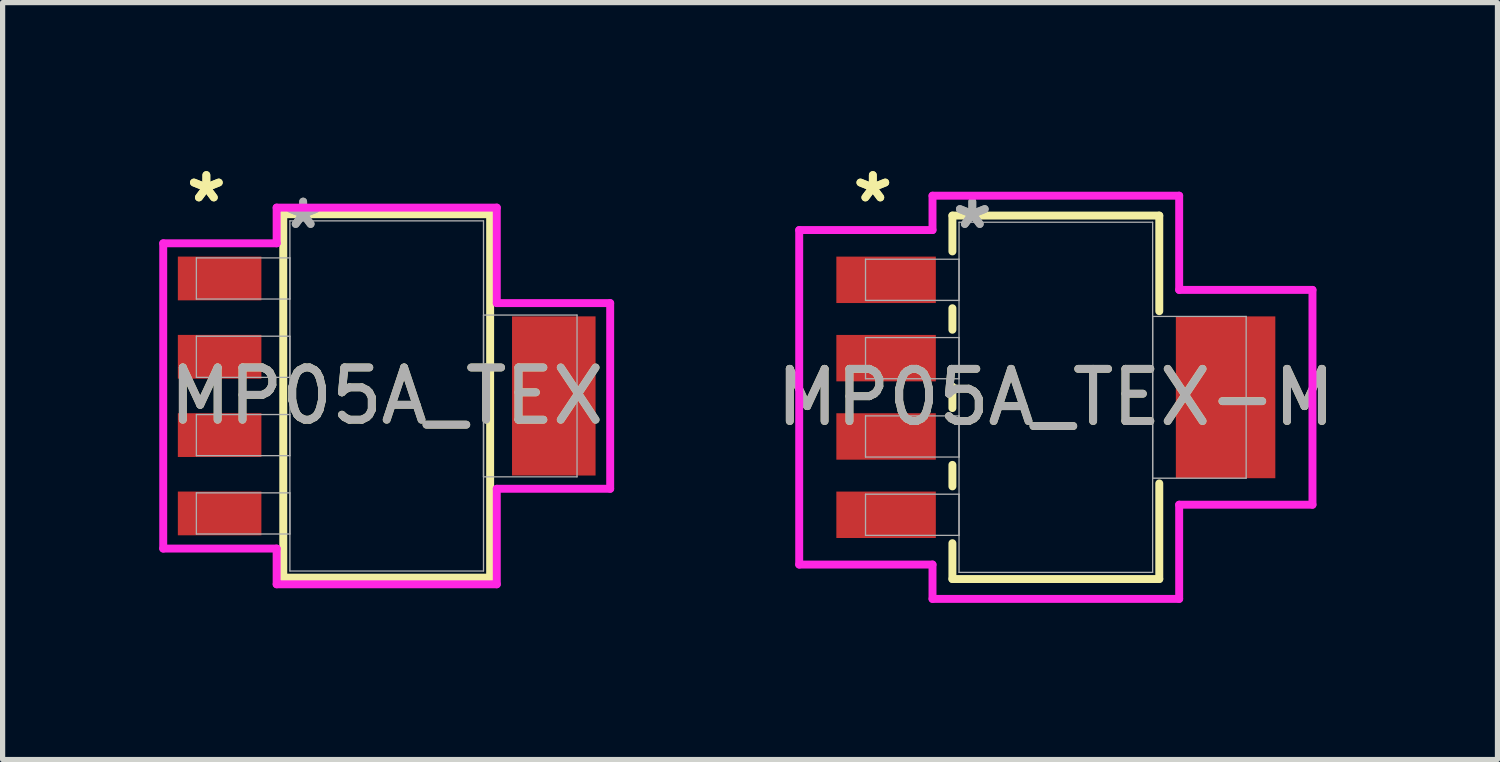
<source format=kicad_pcb>
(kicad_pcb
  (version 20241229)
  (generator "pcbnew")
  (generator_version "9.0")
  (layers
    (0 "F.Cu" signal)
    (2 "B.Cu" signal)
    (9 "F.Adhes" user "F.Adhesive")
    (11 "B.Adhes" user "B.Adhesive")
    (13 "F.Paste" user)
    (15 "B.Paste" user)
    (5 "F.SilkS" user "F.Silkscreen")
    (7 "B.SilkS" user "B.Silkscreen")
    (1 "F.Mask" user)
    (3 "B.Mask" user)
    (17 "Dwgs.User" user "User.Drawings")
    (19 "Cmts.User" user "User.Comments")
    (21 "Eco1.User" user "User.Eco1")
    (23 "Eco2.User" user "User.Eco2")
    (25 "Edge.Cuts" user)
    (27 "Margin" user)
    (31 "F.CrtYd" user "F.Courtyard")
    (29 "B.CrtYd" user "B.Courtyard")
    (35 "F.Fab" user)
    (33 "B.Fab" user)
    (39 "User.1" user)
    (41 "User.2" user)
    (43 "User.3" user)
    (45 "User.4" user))
  (footprint "MP05A_TEX-M"
    (layer "F.Cu")
    (at 17.171 4.559)
    (property "Reference" "MP05A_TEX-M" (at 0 0 0) (unlocked yes) (layer "F.SilkS") (effects (font (size 1 1) (thickness 0.15))))
    (attr smd)
    (fp_line (start -1.981 -3.48) (end -1.981 -2.794) (stroke (width 0.152) (type solid)) (layer "F.SilkS"))
    (fp_line (start -1.981 -1.706) (end -1.981 -1.294) (stroke (width 0.152) (type solid)) (layer "F.SilkS"))
    (fp_line (start -1.981 -0.206) (end -1.981 0.206) (stroke (width 0.152) (type solid)) (layer "F.SilkS"))
    (fp_line (start -1.981 1.294) (end -1.981 1.706) (stroke (width 0.152) (type solid)) (layer "F.SilkS"))
    (fp_line (start -1.981 2.794) (end -1.981 3.48) (stroke (width 0.152) (type solid)) (layer "F.SilkS"))
    (fp_line (start -1.981 3.48) (end 1.981 3.48) (stroke (width 0.152) (type solid)) (layer "F.SilkS"))
    (fp_line (start 1.981 -3.48) (end -1.981 -3.48) (stroke (width 0.152) (type solid)) (layer "F.SilkS"))
    (fp_line (start 1.981 -1.649) (end 1.981 -3.48) (stroke (width 0.152) (type solid)) (layer "F.SilkS"))
    (fp_line (start 1.981 3.48) (end 1.981 1.649) (stroke (width 0.152) (type solid)) (layer "F.SilkS"))
    (fp_line (start -4.915 -3.203) (end -2.362 -3.203) (stroke (width 0.152) (type solid)) (layer "F.CrtYd"))
    (fp_line (start -4.915 3.203) (end -4.915 -3.203) (stroke (width 0.152) (type solid)) (layer "F.CrtYd"))
    (fp_line (start -2.362 -3.861) (end 2.362 -3.861) (stroke (width 0.152) (type solid)) (layer "F.CrtYd"))
    (fp_line (start -2.362 -3.203) (end -2.362 -3.861) (stroke (width 0.152) (type solid)) (layer "F.CrtYd"))
    (fp_line (start -2.362 3.203) (end -4.915 3.203) (stroke (width 0.152) (type solid)) (layer "F.CrtYd"))
    (fp_line (start -2.362 3.861) (end -2.362 3.203) (stroke (width 0.152) (type solid)) (layer "F.CrtYd"))
    (fp_line (start 2.362 -3.861) (end 2.362 -2.057) (stroke (width 0.152) (type solid)) (layer "F.CrtYd"))
    (fp_line (start 2.362 -2.057) (end 4.915 -2.057) (stroke (width 0.152) (type solid)) (layer "F.CrtYd"))
    (fp_line (start 2.362 2.057) (end 2.362 3.861) (stroke (width 0.152) (type solid)) (layer "F.CrtYd"))
    (fp_line (start 2.362 3.861) (end -2.362 3.861) (stroke (width 0.152) (type solid)) (layer "F.CrtYd"))
    (fp_line (start 4.915 -2.057) (end 4.915 2.057) (stroke (width 0.152) (type solid)) (layer "F.CrtYd"))
    (fp_line (start 4.915 2.057) (end 2.362 2.057) (stroke (width 0.152) (type solid)) (layer "F.CrtYd"))
    (fp_line (start -3.645 -2.644) (end -3.645 -1.856) (stroke (width 0.025) (type solid)) (layer "F.Fab"))
    (fp_line (start -3.645 -1.856) (end -1.854 -1.856) (stroke (width 0.025) (type solid)) (layer "F.Fab"))
    (fp_line (start -3.645 -1.144) (end -3.645 -0.356) (stroke (width 0.025) (type solid)) (layer "F.Fab"))
    (fp_line (start -3.645 -0.356) (end -1.854 -0.356) (stroke (width 0.025) (type solid)) (layer "F.Fab"))
    (fp_line (start -3.645 0.356) (end -3.645 1.144) (stroke (width 0.025) (type solid)) (layer "F.Fab"))
    (fp_line (start -3.645 1.144) (end -1.854 1.144) (stroke (width 0.025) (type solid)) (layer "F.Fab"))
    (fp_line (start -3.645 1.856) (end -3.645 2.644) (stroke (width 0.025) (type solid)) (layer "F.Fab"))
    (fp_line (start -3.645 2.644) (end -1.854 2.644) (stroke (width 0.025) (type solid)) (layer "F.Fab"))
    (fp_line (start -1.854 -3.353) (end -1.854 3.353) (stroke (width 0.025) (type solid)) (layer "F.Fab"))
    (fp_line (start -1.854 -2.644) (end -3.645 -2.644) (stroke (width 0.025) (type solid)) (layer "F.Fab"))
    (fp_line (start -1.854 -1.856) (end -1.854 -2.644) (stroke (width 0.025) (type solid)) (layer "F.Fab"))
    (fp_line (start -1.854 -1.144) (end -3.645 -1.144) (stroke (width 0.025) (type solid)) (layer "F.Fab"))
    (fp_line (start -1.854 -0.356) (end -1.854 -1.144) (stroke (width 0.025) (type solid)) (layer "F.Fab"))
    (fp_line (start -1.854 0.356) (end -3.645 0.356) (stroke (width 0.025) (type solid)) (layer "F.Fab"))
    (fp_line (start -1.854 1.144) (end -1.854 0.356) (stroke (width 0.025) (type solid)) (layer "F.Fab"))
    (fp_line (start -1.854 1.856) (end -3.645 1.856) (stroke (width 0.025) (type solid)) (layer "F.Fab"))
    (fp_line (start -1.854 2.644) (end -1.854 1.856) (stroke (width 0.025) (type solid)) (layer "F.Fab"))
    (fp_line (start -1.854 3.353) (end 1.854 3.353) (stroke (width 0.025) (type solid)) (layer "F.Fab"))
    (fp_line (start 1.854 -3.353) (end -1.854 -3.353) (stroke (width 0.025) (type solid)) (layer "F.Fab"))
    (fp_line (start 1.854 -1.549) (end 1.854 1.549) (stroke (width 0.025) (type solid)) (layer "F.Fab"))
    (fp_line (start 1.854 1.549) (end 3.645 1.549) (stroke (width 0.025) (type solid)) (layer "F.Fab"))
    (fp_line (start 1.854 3.353) (end 1.854 -3.353) (stroke (width 0.025) (type solid)) (layer "F.Fab"))
    (fp_line (start 3.645 -1.549) (end 1.854 -1.549) (stroke (width 0.025) (type solid)) (layer "F.Fab"))
    (fp_line (start 3.645 1.549) (end 3.645 -1.549) (stroke (width 0.025) (type solid)) (layer "F.Fab"))
    (fp_text user "*" (at -3.505 -3.711 0) (unlocked yes) (layer "F.SilkS") (effects (font (size 1 1) (thickness 0.15))))
    (fp_text user "*" (at -3.505 -3.711 0) (layer "F.SilkS") (effects (font (size 1 1) (thickness 0.15))))
    (fp_text user "*" (at -1.6 -3.203 0) (layer "F.Fab") (effects (font (size 1 1) (thickness 0.15))))
    (fp_text user "${REFERENCE}" (at 0 0 0) (unlocked yes) (layer "F.Fab") (effects (font (size 1 1) (thickness 0.15))))
    (fp_text user "*" (at -1.6 -3.203 0) (unlocked yes) (layer "F.Fab") (effects (font (size 1 1) (thickness 0.15))))
    (pad "1" smd rect (at -3.251 -2.25) (size 1.905 0.889) (layers "F.Cu" "F.Mask" "F.Paste"))
    (pad "2" smd rect (at -3.251 -0.75) (size 1.905 0.889) (layers "F.Cu" "F.Mask" "F.Paste"))
    (pad "3" smd rect (at -3.251 0.75) (size 1.905 0.889) (layers "F.Cu" "F.Mask" "F.Paste"))
    (pad "4" smd rect (at -3.251 2.25) (size 1.905 0.889) (layers "F.Cu" "F.Mask" "F.Paste"))
    (pad "5" smd rect (at 3.251 0) (size 1.905 3.099) (layers "F.Cu" "F.Mask" "F.Paste")))
  (footprint "MP05A_TEX"
    (layer "F.Cu")
    (at 4.356 4.533)
    (property "Reference" "MP05A_TEX" (at 0 0 0) (unlocked yes) (layer "F.SilkS") (effects (font (size 1 1) (thickness 0.15))))
    (attr smd)
    (fp_line (start -1.981 -3.48) (end -1.981 3.48) (stroke (width 0.152) (type solid)) (layer "F.SilkS"))
    (fp_line (start -1.981 3.48) (end 1.981 3.48) (stroke (width 0.152) (type solid)) (layer "F.SilkS"))
    (fp_line (start 1.981 -3.48) (end -1.981 -3.48) (stroke (width 0.152) (type solid)) (layer "F.SilkS"))
    (fp_line (start 1.981 3.48) (end 1.981 -3.48) (stroke (width 0.152) (type solid)) (layer "F.SilkS"))
    (fp_line (start -4.28 -2.923) (end -2.108 -2.923) (stroke (width 0.152) (type solid)) (layer "F.CrtYd"))
    (fp_line (start -4.28 2.923) (end -4.28 -2.923) (stroke (width 0.152) (type solid)) (layer "F.CrtYd"))
    (fp_line (start -2.108 -3.607) (end 2.108 -3.607) (stroke (width 0.152) (type solid)) (layer "F.CrtYd"))
    (fp_line (start -2.108 -2.923) (end -2.108 -3.607) (stroke (width 0.152) (type solid)) (layer "F.CrtYd"))
    (fp_line (start -2.108 2.923) (end -4.28 2.923) (stroke (width 0.152) (type solid)) (layer "F.CrtYd"))
    (fp_line (start -2.108 3.607) (end -2.108 2.923) (stroke (width 0.152) (type solid)) (layer "F.CrtYd"))
    (fp_line (start 2.108 -3.607) (end 2.108 -1.778) (stroke (width 0.152) (type solid)) (layer "F.CrtYd"))
    (fp_line (start 2.108 -1.778) (end 4.28 -1.778) (stroke (width 0.152) (type solid)) (layer "F.CrtYd"))
    (fp_line (start 2.108 1.778) (end 2.108 3.607) (stroke (width 0.152) (type solid)) (layer "F.CrtYd"))
    (fp_line (start 2.108 3.607) (end -2.108 3.607) (stroke (width 0.152) (type solid)) (layer "F.CrtYd"))
    (fp_line (start 4.28 -1.778) (end 4.28 1.778) (stroke (width 0.152) (type solid)) (layer "F.CrtYd"))
    (fp_line (start 4.28 1.778) (end 2.108 1.778) (stroke (width 0.152) (type solid)) (layer "F.CrtYd"))
    (fp_line (start -3.645 -2.644) (end -3.645 -1.856) (stroke (width 0.025) (type solid)) (layer "F.Fab"))
    (fp_line (start -3.645 -1.856) (end -1.854 -1.856) (stroke (width 0.025) (type solid)) (layer "F.Fab"))
    (fp_line (start -3.645 -1.144) (end -3.645 -0.356) (stroke (width 0.025) (type solid)) (layer "F.Fab"))
    (fp_line (start -3.645 -0.356) (end -1.854 -0.356) (stroke (width 0.025) (type solid)) (layer "F.Fab"))
    (fp_line (start -3.645 0.356) (end -3.645 1.144) (stroke (width 0.025) (type solid)) (layer "F.Fab"))
    (fp_line (start -3.645 1.144) (end -1.854 1.144) (stroke (width 0.025) (type solid)) (layer "F.Fab"))
    (fp_line (start -3.645 1.856) (end -3.645 2.644) (stroke (width 0.025) (type solid)) (layer "F.Fab"))
    (fp_line (start -3.645 2.644) (end -1.854 2.644) (stroke (width 0.025) (type solid)) (layer "F.Fab"))
    (fp_line (start -1.854 -3.353) (end -1.854 3.353) (stroke (width 0.025) (type solid)) (layer "F.Fab"))
    (fp_line (start -1.854 -2.644) (end -3.645 -2.644) (stroke (width 0.025) (type solid)) (layer "F.Fab"))
    (fp_line (start -1.854 -1.856) (end -1.854 -2.644) (stroke (width 0.025) (type solid)) (layer "F.Fab"))
    (fp_line (start -1.854 -1.144) (end -3.645 -1.144) (stroke (width 0.025) (type solid)) (layer "F.Fab"))
    (fp_line (start -1.854 -0.356) (end -1.854 -1.144) (stroke (width 0.025) (type solid)) (layer "F.Fab"))
    (fp_line (start -1.854 0.356) (end -3.645 0.356) (stroke (width 0.025) (type solid)) (layer "F.Fab"))
    (fp_line (start -1.854 1.144) (end -1.854 0.356) (stroke (width 0.025) (type solid)) (layer "F.Fab"))
    (fp_line (start -1.854 1.856) (end -3.645 1.856) (stroke (width 0.025) (type solid)) (layer "F.Fab"))
    (fp_line (start -1.854 2.644) (end -1.854 1.856) (stroke (width 0.025) (type solid)) (layer "F.Fab"))
    (fp_line (start -1.854 3.353) (end 1.854 3.353) (stroke (width 0.025) (type solid)) (layer "F.Fab"))
    (fp_line (start 1.854 -3.353) (end -1.854 -3.353) (stroke (width 0.025) (type solid)) (layer "F.Fab"))
    (fp_line (start 1.854 -1.549) (end 1.854 1.549) (stroke (width 0.025) (type solid)) (layer "F.Fab"))
    (fp_line (start 1.854 1.549) (end 3.645 1.549) (stroke (width 0.025) (type solid)) (layer "F.Fab"))
    (fp_line (start 1.854 3.353) (end 1.854 -3.353) (stroke (width 0.025) (type solid)) (layer "F.Fab"))
    (fp_line (start 3.645 -1.549) (end 1.854 -1.549) (stroke (width 0.025) (type solid)) (layer "F.Fab"))
    (fp_line (start 3.645 1.549) (end 3.645 -1.549) (stroke (width 0.025) (type solid)) (layer "F.Fab"))
    (fp_text user "*" (at -3.454 -3.685 0) (layer "F.SilkS") (effects (font (size 1 1) (thickness 0.15))))
    (fp_text user "*" (at -3.454 -3.685 0) (unlocked yes) (layer "F.SilkS") (effects (font (size 1 1) (thickness 0.15))))
    (fp_text user "*" (at -1.6 -3.177 0) (layer "F.Fab") (effects (font (size 1 1) (thickness 0.15))))
    (fp_text user "*" (at -1.6 -3.177 0) (unlocked yes) (layer "F.Fab") (effects (font (size 1 1) (thickness 0.15))))
    (fp_text user "${REFERENCE}" (at 0 0 0) (unlocked yes) (layer "F.Fab") (effects (font (size 1 1) (thickness 0.15))))
    (pad "1" smd rect (at -3.2 -2.25) (size 1.6 0.838) (layers "F.Cu" "F.Mask" "F.Paste"))
    (pad "2" smd rect (at -3.2 -0.75) (size 1.6 0.838) (layers "F.Cu" "F.Mask" "F.Paste"))
    (pad "3" smd rect (at -3.2 0.75) (size 1.6 0.838) (layers "F.Cu" "F.Mask" "F.Paste"))
    (pad "4" smd rect (at -3.2 2.25) (size 1.6 0.838) (layers "F.Cu" "F.Mask" "F.Paste"))
    (pad "5" smd rect (at 3.2 0) (size 1.6 3.048) (layers "F.Cu" "F.Mask" "F.Paste")))
  (gr_rect
    (start -3 -3)
    (end 25.629 11.496)
    (stroke (width 0.1) (type default))
    (fill no)
    (layer "Edge.Cuts")))
</source>
